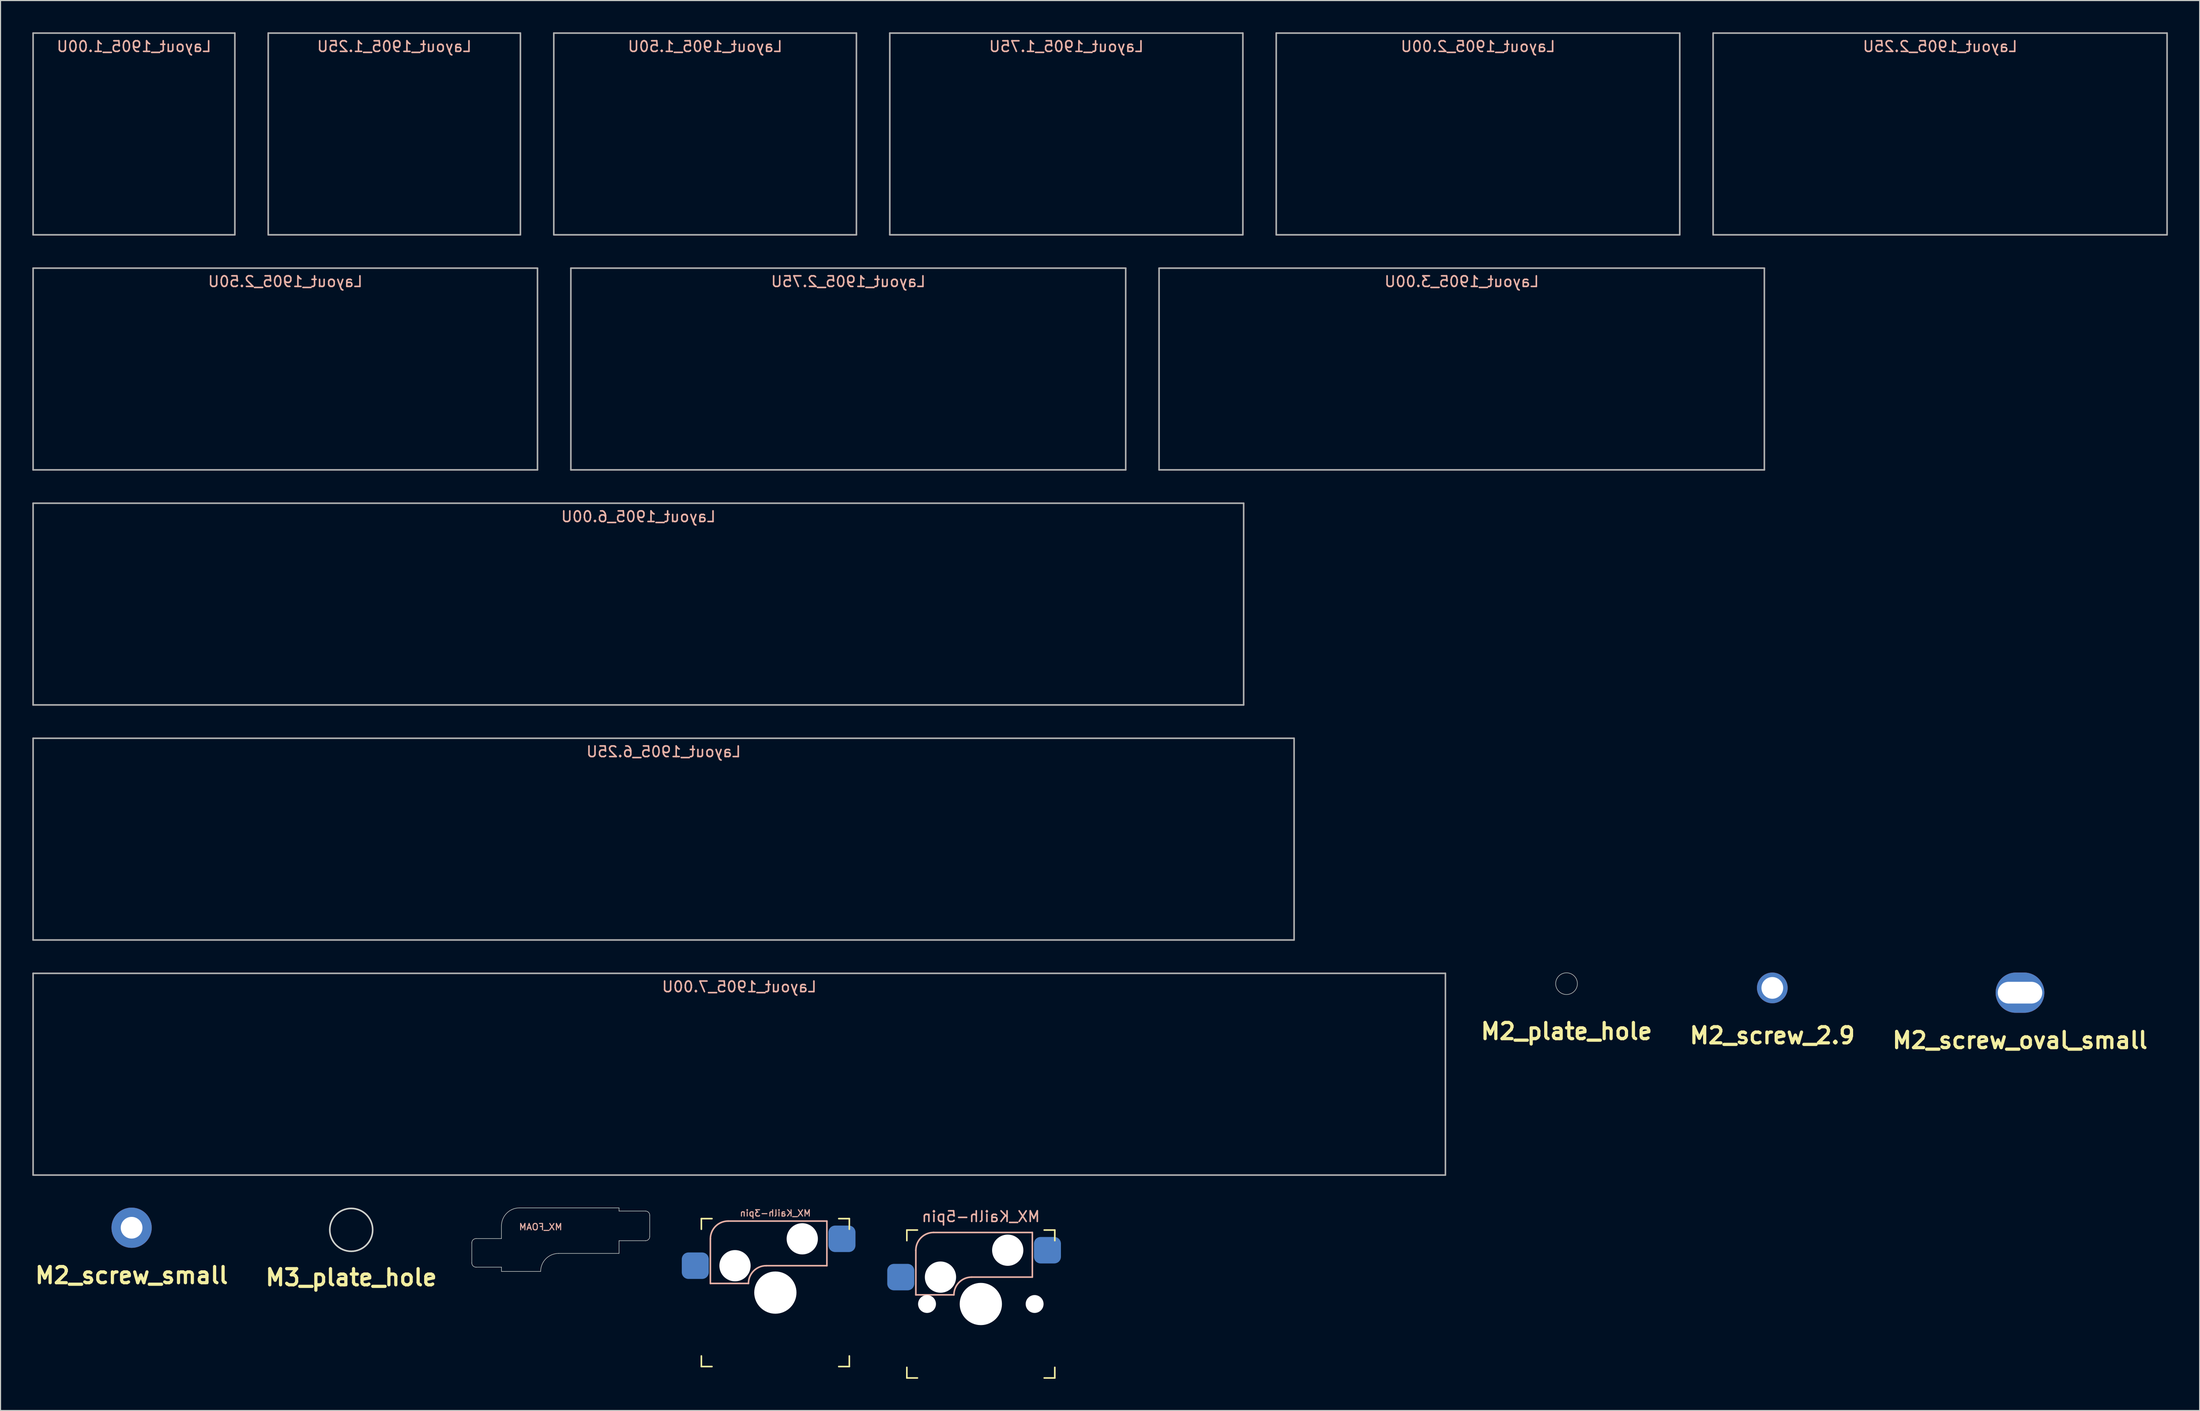
<source format=kicad_pcb>
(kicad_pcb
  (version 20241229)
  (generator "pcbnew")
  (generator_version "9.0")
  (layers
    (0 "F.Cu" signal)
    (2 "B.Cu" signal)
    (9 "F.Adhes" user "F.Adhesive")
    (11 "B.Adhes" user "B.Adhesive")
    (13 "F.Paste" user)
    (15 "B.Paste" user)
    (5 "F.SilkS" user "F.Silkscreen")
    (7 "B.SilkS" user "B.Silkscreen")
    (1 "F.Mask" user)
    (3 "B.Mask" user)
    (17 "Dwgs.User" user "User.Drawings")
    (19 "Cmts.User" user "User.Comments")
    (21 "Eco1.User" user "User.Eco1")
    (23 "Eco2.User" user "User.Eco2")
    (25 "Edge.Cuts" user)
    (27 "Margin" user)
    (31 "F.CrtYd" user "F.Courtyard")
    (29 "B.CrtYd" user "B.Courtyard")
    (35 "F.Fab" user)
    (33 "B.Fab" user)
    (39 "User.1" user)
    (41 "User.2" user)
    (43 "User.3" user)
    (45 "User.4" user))
  (footprint "Layout_1905_2.25U"
    (layer "F.Cu")
    (at 180.131 9.6)
    (property "Reference" "Layout_1905_2.25U" (at 0 -8.255 0) (layer "B.SilkS") (effects (font (size 1 1) (thickness 0.15)) (justify mirror)))
    (attr smd)
    (fp_line (start -21.431 -9.525) (end 21.431 -9.525) (stroke (width 0.15) (type solid)) (layer "F.Fab"))
    (fp_line (start -21.431 9.525) (end -21.431 -9.525) (stroke (width 0.15) (type solid)) (layer "F.Fab"))
    (fp_line (start 21.431 -9.525) (end 21.431 9.525) (stroke (width 0.15) (type solid)) (layer "F.Fab"))
    (fp_line (start 21.431 9.525) (end -21.431 9.525) (stroke (width 0.15) (type solid)) (layer "F.Fab")))
  (footprint "M2_plate_hole"
    (layer "F.Cu")
    (at 144.86 89.85)
    (property "Reference" "M2_plate_hole" (at 0 4.5 0) (layer "F.SilkS") (effects (font (size 1.524 1.524) (thickness 0.305))))
    (attr exclude_from_pos_files exclude_from_bom)
    (fp_circle (center 0 0) (end 1.025 0) (stroke (width 0.05) (type solid)) (fill no) (layer "Edge.Cuts")))
  (footprint "MX_FOAM"
    (layer "F.Cu")
    (at 50.498 117.825)
    (property "Reference" "MX_FOAM" (at -2.5 -5 0) (layer "B.SilkS") (effects (font (size 0.6 0.6) (thickness 0.1)) (justify mirror)))
    (attr smd)
    (fp_line (start -9 -3.5) (end -9 -1.6) (stroke (width 0.05) (type solid)) (layer "Edge.Cuts"))
    (fp_line (start -6.2 -5.08) (end -6.2 -3.9) (stroke (width 0.05) (type solid)) (layer "Edge.Cuts"))
    (fp_line (start -6.2 -3.9) (end -8.6 -3.9) (stroke (width 0.05) (type solid)) (layer "Edge.Cuts"))
    (fp_line (start -6.2 -1.2) (end -8.6 -1.2) (stroke (width 0.05) (type solid)) (layer "Edge.Cuts"))
    (fp_line (start -6.2 -1.2) (end -6.2 -0.8) (stroke (width 0.05) (type solid)) (layer "Edge.Cuts"))
    (fp_line (start -6.2 -0.8) (end -2.5 -0.8) (stroke (width 0.05) (type solid)) (layer "Edge.Cuts"))
    (fp_line (start -4.5 -6.8) (end 4.9 -6.8) (stroke (width 0.05) (type solid)) (layer "Edge.Cuts"))
    (fp_line (start -0.8 -2.5) (end 4.9 -2.5) (stroke (width 0.05) (type solid)) (layer "Edge.Cuts"))
    (fp_line (start 4.9 -6.8) (end 4.9 -6.5) (stroke (width 0.05) (type solid)) (layer "Edge.Cuts"))
    (fp_line (start 4.9 -6.5) (end 7.4 -6.5) (stroke (width 0.05) (type solid)) (layer "Edge.Cuts"))
    (fp_line (start 4.9 -3.7) (end 4.9 -2.5) (stroke (width 0.05) (type solid)) (layer "Edge.Cuts"))
    (fp_line (start 4.9 -3.7) (end 7.4 -3.7) (stroke (width 0.05) (type solid)) (layer "Edge.Cuts"))
    (fp_line (start 7.8 -6.1) (end 7.8 -4.1) (stroke (width 0.05) (type solid)) (layer "Edge.Cuts"))
    (fp_arc (start -9 -3.5) (mid -8.882843 -3.782843) (end -8.6 -3.9) (stroke (width 0.05) (type solid)) (layer "Edge.Cuts"))
    (fp_arc (start -8.6 -1.2) (mid -8.882843 -1.317157) (end -9 -1.6) (stroke (width 0.05) (type solid)) (layer "Edge.Cuts"))
    (fp_arc (start -6.2 -5.1) (mid -5.702082 -6.302082) (end -4.5 -6.8) (stroke (width 0.05) (type solid)) (layer "Edge.Cuts"))
    (fp_arc (start -2.5 -0.8) (mid -2.002082 -2.002082) (end -0.8 -2.5) (stroke (width 0.05) (type solid)) (layer "Edge.Cuts"))
    (fp_arc (start 7.4 -6.5) (mid 7.682843 -6.382843) (end 7.8 -6.1) (stroke (width 0.05) (type solid)) (layer "Edge.Cuts"))
    (fp_arc (start 7.8 -4.1) (mid 7.682843 -3.817157) (end 7.4 -3.7) (stroke (width 0.05) (type solid)) (layer "Edge.Cuts")))
  (footprint "Layout_1905_2.75U"
    (layer "F.Cu")
    (at 77.044 31.8)
    (property "Reference" "Layout_1905_2.75U" (at 0 -8.255 0) (layer "B.SilkS") (effects (font (size 1 1) (thickness 0.15)) (justify mirror)))
    (attr smd)
    (fp_line (start -26.194 -9.525) (end 26.194 -9.525) (stroke (width 0.15) (type solid)) (layer "F.Fab"))
    (fp_line (start -26.194 9.525) (end -26.194 -9.525) (stroke (width 0.15) (type solid)) (layer "F.Fab"))
    (fp_line (start 26.194 -9.525) (end 26.194 9.525) (stroke (width 0.15) (type solid)) (layer "F.Fab"))
    (fp_line (start 26.194 9.525) (end -26.194 9.525) (stroke (width 0.15) (type solid)) (layer "F.Fab")))
  (footprint "M3_plate_hole"
    (layer "F.Cu")
    (at 30.113 113.1)
    (property "Reference" "M3_plate_hole" (at 0 4.5 0) (layer "F.SilkS") (effects (font (size 1.524 1.524) (thickness 0.305))))
    (attr exclude_from_pos_files exclude_from_bom)
    (fp_circle (center 0 0) (end 2.025 0) (stroke (width 0.15) (type solid)) (fill no) (layer "Edge.Cuts")))
  (footprint "Layout_1905_2.50U"
    (layer "F.Cu")
    (at 23.887 31.8)
    (property "Reference" "Layout_1905_2.50U" (at 0 -8.255 0) (layer "B.SilkS") (effects (font (size 1 1) (thickness 0.15)) (justify mirror)))
    (attr smd)
    (fp_line (start -23.812 -9.525) (end 23.812 -9.525) (stroke (width 0.15) (type solid)) (layer "F.Fab"))
    (fp_line (start -23.812 9.525) (end -23.812 -9.525) (stroke (width 0.15) (type solid)) (layer "F.Fab"))
    (fp_line (start 23.812 -9.525) (end 23.812 9.525) (stroke (width 0.15) (type solid)) (layer "F.Fab"))
    (fp_line (start 23.812 9.525) (end -23.812 9.525) (stroke (width 0.15) (type solid)) (layer "F.Fab")))
  (footprint "Layout_1905_1.75U"
    (layer "F.Cu")
    (at 97.631 9.6)
    (property "Reference" "Layout_1905_1.75U" (at 0 -8.255 0) (layer "B.SilkS") (effects (font (size 1 1) (thickness 0.15)) (justify mirror)))
    (attr smd)
    (fp_line (start -16.669 -9.525) (end 16.669 -9.525) (stroke (width 0.15) (type solid)) (layer "F.Fab"))
    (fp_line (start -16.669 9.525) (end -16.669 -9.525) (stroke (width 0.15) (type solid)) (layer "F.Fab"))
    (fp_line (start 16.669 -9.525) (end 16.669 9.525) (stroke (width 0.15) (type solid)) (layer "F.Fab"))
    (fp_line (start 16.669 9.525) (end -16.669 9.525) (stroke (width 0.15) (type solid)) (layer "F.Fab")))
  (footprint "Layout_1905_1.50U"
    (layer "F.Cu")
    (at 63.525 9.6)
    (property "Reference" "Layout_1905_1.50U" (at 0 -8.255 0) (layer "B.SilkS") (effects (font (size 1 1) (thickness 0.15)) (justify mirror)))
    (attr smd)
    (fp_line (start -14.287 -9.525) (end 14.287 -9.525) (stroke (width 0.15) (type solid)) (layer "F.Fab"))
    (fp_line (start -14.287 9.525) (end -14.287 -9.525) (stroke (width 0.15) (type solid)) (layer "F.Fab"))
    (fp_line (start 14.287 -9.525) (end 14.287 9.525) (stroke (width 0.15) (type solid)) (layer "F.Fab"))
    (fp_line (start 14.287 9.525) (end -14.287 9.525) (stroke (width 0.15) (type solid)) (layer "F.Fab")))
  (footprint "Layout_1905_6.25U"
    (layer "F.Cu")
    (at 59.606 76.2)
    (property "Reference" "Layout_1905_6.25U" (at 0 -8.255 0) (layer "B.SilkS") (effects (font (size 1 1) (thickness 0.15)) (justify mirror)))
    (attr smd)
    (fp_line (start -59.531 -9.525) (end 59.531 -9.525) (stroke (width 0.15) (type solid)) (layer "F.Fab"))
    (fp_line (start -59.531 9.525) (end -59.531 -9.525) (stroke (width 0.15) (type solid)) (layer "F.Fab"))
    (fp_line (start 59.531 -9.525) (end 59.531 9.525) (stroke (width 0.15) (type solid)) (layer "F.Fab"))
    (fp_line (start 59.531 9.525) (end -59.531 9.525) (stroke (width 0.15) (type solid)) (layer "F.Fab")))
  (footprint "Layout_1905_1.25U"
    (layer "F.Cu")
    (at 34.181 9.6)
    (property "Reference" "Layout_1905_1.25U" (at 0 -8.255 0) (layer "B.SilkS") (effects (font (size 1 1) (thickness 0.15)) (justify mirror)))
    (attr smd)
    (fp_line (start -11.906 -9.525) (end 11.906 -9.525) (stroke (width 0.15) (type solid)) (layer "F.Fab"))
    (fp_line (start -11.906 9.525) (end -11.906 -9.525) (stroke (width 0.15) (type solid)) (layer "F.Fab"))
    (fp_line (start 11.906 -9.525) (end 11.906 9.525) (stroke (width 0.15) (type solid)) (layer "F.Fab"))
    (fp_line (start 11.906 9.525) (end -11.906 9.525) (stroke (width 0.15) (type solid)) (layer "F.Fab")))
  (footprint "M2_screw_2.9"
    (layer "F.Cu")
    (at 164.29 90.25)
    (property "Reference" "M2_screw_2.9" (at 0 4.5 0) (layer "F.SilkS") (effects (font (size 1.524 1.524) (thickness 0.305))))
    (attr exclude_from_pos_files exclude_from_bom)
    (pad "1" thru_hole circle (at 0 0) (size 2.9 2.9) (drill 2.05) (layers "*.Cu" "*.Mask")))
  (footprint "Layout_1905_2.00U"
    (layer "F.Cu")
    (at 136.5 9.6)
    (property "Reference" "Layout_1905_2.00U" (at 0 -8.255 0) (layer "B.SilkS") (effects (font (size 1 1) (thickness 0.15)) (justify mirror)))
    (attr smd)
    (fp_line (start -19.05 -9.525) (end 19.05 -9.525) (stroke (width 0.15) (type solid)) (layer "F.Fab"))
    (fp_line (start -19.05 9.525) (end -19.05 -9.525) (stroke (width 0.15) (type solid)) (layer "F.Fab"))
    (fp_line (start 19.05 -9.525) (end 19.05 9.525) (stroke (width 0.15) (type solid)) (layer "F.Fab"))
    (fp_line (start 19.05 9.525) (end -19.05 9.525) (stroke (width 0.15) (type solid)) (layer "F.Fab")))
  (footprint "Layout_1905_7.00U"
    (layer "F.Cu")
    (at 66.75 98.4)
    (property "Reference" "Layout_1905_7.00U" (at 0 -8.255 0) (layer "B.SilkS") (effects (font (size 1 1) (thickness 0.15)) (justify mirror)))
    (attr smd)
    (fp_line (start -66.675 -9.525) (end 66.675 -9.525) (stroke (width 0.15) (type solid)) (layer "F.Fab"))
    (fp_line (start -66.675 9.525) (end -66.675 -9.525) (stroke (width 0.15) (type solid)) (layer "F.Fab"))
    (fp_line (start 66.675 -9.525) (end 66.675 9.525) (stroke (width 0.15) (type solid)) (layer "F.Fab"))
    (fp_line (start 66.675 9.525) (end -66.675 9.525) (stroke (width 0.15) (type solid)) (layer "F.Fab")))
  (footprint "Layout_1905_1.00U"
    (layer "F.Cu")
    (at 9.6 9.6)
    (property "Reference" "Layout_1905_1.00U" (at 0 -8.255 0) (layer "B.SilkS") (effects (font (size 1 1) (thickness 0.15)) (justify mirror)))
    (attr smd)
    (fp_line (start -9.525 -9.525) (end 9.525 -9.525) (stroke (width 0.15) (type solid)) (layer "F.Fab"))
    (fp_line (start -9.525 9.525) (end -9.525 -9.525) (stroke (width 0.15) (type solid)) (layer "F.Fab"))
    (fp_line (start 9.525 -9.525) (end 9.525 9.525) (stroke (width 0.15) (type solid)) (layer "F.Fab"))
    (fp_line (start 9.525 9.525) (end -9.525 9.525) (stroke (width 0.15) (type solid)) (layer "F.Fab")))
  (footprint "MX_Kailh-5pin"
    (layer "F.Cu")
    (at 89.558 120.103)
    (property "Reference" "MX_Kailh-5pin" (at 0 -8.255 0) (layer "B.SilkS") (effects (font (size 1 1) (thickness 0.15)) (justify mirror)))
    (attr smd)
    (fp_line (start -6.985 -5.985) (end -6.985 -6.985) (stroke (width 0.15) (type solid)) (layer "F.SilkS"))
    (fp_line (start -6.985 6.985) (end -6.985 5.985) (stroke (width 0.15) (type solid)) (layer "F.SilkS"))
    (fp_line (start -6.985 6.985) (end -5.985 6.985) (stroke (width 0.15) (type solid)) (layer "F.SilkS"))
    (fp_line (start -5.985 -6.985) (end -6.985 -6.985) (stroke (width 0.15) (type solid)) (layer "F.SilkS"))
    (fp_line (start 5.985 6.985) (end 6.985 6.985) (stroke (width 0.15) (type solid)) (layer "F.SilkS"))
    (fp_line (start 6.985 -6.985) (end 5.985 -6.985) (stroke (width 0.15) (type solid)) (layer "F.SilkS"))
    (fp_line (start 6.985 -6.985) (end 6.985 -5.985) (stroke (width 0.15) (type solid)) (layer "F.SilkS"))
    (fp_line (start 6.985 5.985) (end 6.985 6.985) (stroke (width 0.15) (type solid)) (layer "F.SilkS"))
    (fp_line (start -6.135 -5.08) (end -6.135 -0.865) (stroke (width 0.15) (type solid)) (layer "B.SilkS"))
    (fp_line (start -6.135 -0.865) (end -2.54 -0.865) (stroke (width 0.15) (type solid)) (layer "B.SilkS"))
    (fp_line (start -4.46 -6.755) (end 4.865 -6.755) (stroke (width 0.15) (type solid)) (layer "B.SilkS"))
    (fp_line (start -0.865 -2.54) (end 4.865 -2.54) (stroke (width 0.15) (type solid)) (layer "B.SilkS"))
    (fp_line (start 4.865 -6.755) (end 4.865 -2.54) (stroke (width 0.15) (type solid)) (layer "B.SilkS"))
    (fp_arc (start -6.135 -5.08) (mid -5.644404 -6.264404) (end -4.46 -6.755) (stroke (width 0.15) (type solid)) (layer "B.SilkS"))
    (fp_arc (start -2.54 -0.865) (mid -2.049404 -2.049404) (end -0.865 -2.54) (stroke (width 0.15) (type solid)) (layer "B.SilkS"))
    (fp_line (start -6.985 6.985) (end -6.985 -6.985) (stroke (width 0.15) (type solid)) (layer "Eco2.User"))
    (fp_line (start -6.985 6.985) (end 6.985 6.985) (stroke (width 0.15) (type solid)) (layer "Eco2.User"))
    (fp_line (start 6.985 -6.985) (end -6.985 -6.985) (stroke (width 0.15) (type solid)) (layer "Eco2.User"))
    (fp_line (start 6.985 -6.985) (end 6.985 6.985) (stroke (width 0.15) (type solid)) (layer "Eco2.User"))
    (pad "" np_thru_hole circle (at -5.08 0) (size 1.688 1.688) (drill 1.688) (layers "*.Cu" "*.Mask"))
    (pad "" np_thru_hole circle (at -3.81 -2.54) (size 2.95 2.95) (drill 2.95) (layers "*.Cu" "*.Mask"))
    (pad "" np_thru_hole circle (at 0 0) (size 3.988 3.988) (drill 3.988) (layers "*.Cu" "*.Mask"))
    (pad "" np_thru_hole circle (at 2.54 -5.08) (size 2.95 2.95) (drill 2.95) (layers "*.Cu" "*.Mask"))
    (pad "" np_thru_hole circle (at 5.08 0) (size 1.688 1.688) (drill 1.688) (layers "*.Cu" "*.Mask"))
    (pad "1" smd roundrect (at 6.29 -5.08) (size 2.55 2.5) (layers "B.Cu" "B.Mask" "B.Paste") (roundrect_rratio 0.25))
    (pad "2" smd roundrect (at -7.56 -2.54) (size 2.55 2.5) (layers "B.Cu" "B.Mask" "B.Paste") (roundrect_rratio 0.25)))
  (footprint "M2_screw_oval_small"
    (layer "F.Cu")
    (at 187.676 90.7)
    (property "Reference" "M2_screw_oval_small" (at 0 4.5 0) (layer "F.SilkS") (effects (font (size 1.524 1.524) (thickness 0.305))))
    (attr exclude_from_pos_files exclude_from_bom)
    (pad "1" thru_hole oval (at 0 0) (size 4.6 3.8) (drill oval 4.2 2.05) (layers "*.Cu" "*.Mask")))
  (footprint "Layout_1905_6.00U"
    (layer "F.Cu")
    (at 57.225 54)
    (property "Reference" "Layout_1905_6.00U" (at 0 -8.255 0) (layer "B.SilkS") (effects (font (size 1 1) (thickness 0.15)) (justify mirror)))
    (attr smd)
    (fp_line (start -57.15 -9.525) (end 57.15 -9.525) (stroke (width 0.15) (type solid)) (layer "F.Fab"))
    (fp_line (start -57.15 9.525) (end -57.15 -9.525) (stroke (width 0.15) (type solid)) (layer "F.Fab"))
    (fp_line (start 57.15 -9.525) (end 57.15 9.525) (stroke (width 0.15) (type solid)) (layer "F.Fab"))
    (fp_line (start 57.15 9.525) (end -57.15 9.525) (stroke (width 0.15) (type solid)) (layer "F.Fab")))
  (footprint "Layout_1905_3.00U"
    (layer "F.Cu")
    (at 134.963 31.8)
    (property "Reference" "Layout_1905_3.00U" (at 0 -8.255 0) (layer "B.SilkS") (effects (font (size 1 1) (thickness 0.15)) (justify mirror)))
    (attr smd)
    (fp_line (start -28.575 -9.525) (end 28.575 -9.525) (stroke (width 0.15) (type solid)) (layer "F.Fab"))
    (fp_line (start -28.575 9.525) (end -28.575 -9.525) (stroke (width 0.15) (type solid)) (layer "F.Fab"))
    (fp_line (start 28.575 -9.525) (end 28.575 9.525) (stroke (width 0.15) (type solid)) (layer "F.Fab"))
    (fp_line (start 28.575 9.525) (end -28.575 9.525) (stroke (width 0.15) (type solid)) (layer "F.Fab")))
  (footprint "MX_Kailh-3pin"
    (layer "F.Cu")
    (at 70.158 119.026)
    (property "Reference" "MX_Kailh-3pin" (at 0 -7.5 0) (layer "B.SilkS") (effects (font (size 0.6 0.6) (thickness 0.1)) (justify mirror)))
    (attr smd)
    (fp_line (start -6.985 -5.985) (end -6.985 -6.985) (stroke (width 0.15) (type solid)) (layer "F.SilkS"))
    (fp_line (start -6.985 6.985) (end -6.985 5.985) (stroke (width 0.15) (type solid)) (layer "F.SilkS"))
    (fp_line (start -6.985 6.985) (end -5.985 6.985) (stroke (width 0.15) (type solid)) (layer "F.SilkS"))
    (fp_line (start -5.985 -6.985) (end -6.985 -6.985) (stroke (width 0.15) (type solid)) (layer "F.SilkS"))
    (fp_line (start 5.985 6.985) (end 6.985 6.985) (stroke (width 0.15) (type solid)) (layer "F.SilkS"))
    (fp_line (start 6.985 -6.985) (end 5.985 -6.985) (stroke (width 0.15) (type solid)) (layer "F.SilkS"))
    (fp_line (start 6.985 -6.985) (end 6.985 -5.985) (stroke (width 0.15) (type solid)) (layer "F.SilkS"))
    (fp_line (start 6.985 5.985) (end 6.985 6.985) (stroke (width 0.15) (type solid)) (layer "F.SilkS"))
    (fp_line (start -6.135 -5.08) (end -6.135 -0.865) (stroke (width 0.15) (type solid)) (layer "B.SilkS"))
    (fp_line (start -6.135 -0.865) (end -2.54 -0.865) (stroke (width 0.15) (type solid)) (layer "B.SilkS"))
    (fp_line (start -4.46 -6.755) (end 4.865 -6.755) (stroke (width 0.15) (type solid)) (layer "B.SilkS"))
    (fp_line (start -0.865 -2.54) (end 4.865 -2.54) (stroke (width 0.15) (type solid)) (layer "B.SilkS"))
    (fp_line (start 4.865 -6.755) (end 4.865 -2.54) (stroke (width 0.15) (type solid)) (layer "B.SilkS"))
    (fp_arc (start -6.135 -5.08) (mid -5.644404 -6.264404) (end -4.46 -6.755) (stroke (width 0.15) (type solid)) (layer "B.SilkS"))
    (fp_arc (start -2.54 -0.865) (mid -2.049404 -2.049404) (end -0.865 -2.54) (stroke (width 0.15) (type solid)) (layer "B.SilkS"))
    (fp_line (start -6.985 6.985) (end -6.985 -6.985) (stroke (width 0.15) (type solid)) (layer "Eco2.User"))
    (fp_line (start -6.985 6.985) (end 6.985 6.985) (stroke (width 0.15) (type solid)) (layer "Eco2.User"))
    (fp_line (start 6.985 -6.985) (end -6.985 -6.985) (stroke (width 0.15) (type solid)) (layer "Eco2.User"))
    (fp_line (start 6.985 -6.985) (end 6.985 6.985) (stroke (width 0.15) (type solid)) (layer "Eco2.User"))
    (pad "" np_thru_hole circle (at -3.81 -2.54) (size 2.95 2.95) (drill 2.95) (layers "*.Cu" "*.Mask"))
    (pad "" np_thru_hole circle (at 0 0) (size 3.988 3.988) (drill 3.988) (layers "*.Cu" "*.Mask"))
    (pad "" np_thru_hole circle (at 2.54 -5.08) (size 2.95 2.95) (drill 2.95) (layers "*.Cu" "*.Mask"))
    (pad "1" smd roundrect (at 6.29 -5.08) (size 2.55 2.5) (layers "B.Cu" "B.Mask" "B.Paste") (roundrect_rratio 0.25))
    (pad "2" smd roundrect (at -7.56 -2.54) (size 2.55 2.5) (layers "B.Cu" "B.Mask" "B.Paste") (roundrect_rratio 0.25)))
  (footprint "M2_screw_small"
    (layer "F.Cu")
    (at 9.376 112.9)
    (property "Reference" "M2_screw_small" (at 0 4.5 0) (layer "F.SilkS") (effects (font (size 1.524 1.524) (thickness 0.305))))
    (attr exclude_from_pos_files exclude_from_bom)
    (pad "1" thru_hole circle (at 0 0) (size 3.8 3.8) (drill 2.05) (layers "*.Cu" "*.Mask")))
  (gr_rect
    (start -3 -3)
    (end 204.637 130.163)
    (stroke (width 0.1) (type default))
    (fill no)
    (layer "Edge.Cuts")))
</source>
